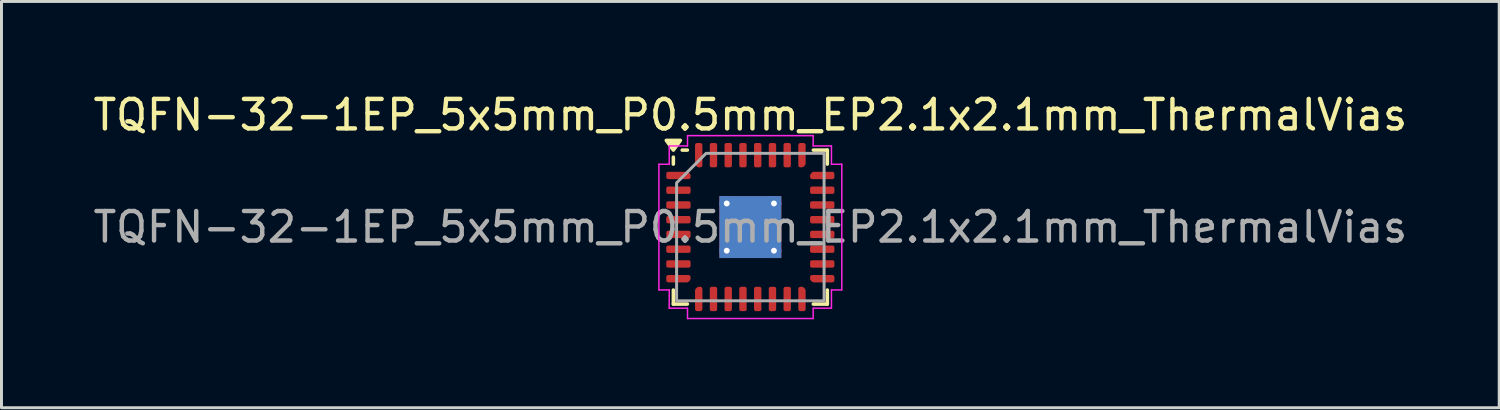
<source format=kicad_pcb>
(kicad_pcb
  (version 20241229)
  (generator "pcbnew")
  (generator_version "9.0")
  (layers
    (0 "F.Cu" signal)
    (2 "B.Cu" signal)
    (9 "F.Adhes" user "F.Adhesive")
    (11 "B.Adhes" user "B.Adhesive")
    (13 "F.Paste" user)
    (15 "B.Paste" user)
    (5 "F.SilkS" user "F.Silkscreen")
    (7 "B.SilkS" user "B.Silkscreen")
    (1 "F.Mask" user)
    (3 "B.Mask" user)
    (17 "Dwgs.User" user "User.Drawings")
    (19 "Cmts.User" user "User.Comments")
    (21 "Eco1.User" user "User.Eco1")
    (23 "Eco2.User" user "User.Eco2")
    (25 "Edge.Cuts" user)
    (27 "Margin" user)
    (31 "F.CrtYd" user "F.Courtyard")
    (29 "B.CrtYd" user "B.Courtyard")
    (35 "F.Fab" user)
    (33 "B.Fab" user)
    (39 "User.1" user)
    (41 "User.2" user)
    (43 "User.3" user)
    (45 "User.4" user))
  (footprint "TQFN-32-1EP_5x5mm_P0.5mm_EP2.1x2.1mm_ThermalVias"
    (layer "F.Cu")
    (at 22.387 4.648)
    (property "Reference" "TQFN-32-1EP_5x5mm_P0.5mm_EP2.1x2.1mm_ThermalVias" (at 0 -3.8 0) (layer "F.SilkS") (effects (font (size 1 1) (thickness 0.15))))
    (attr smd)
    (fp_line (start -2.61 -2.135) (end -2.61 -2.37) (stroke (width 0.12) (type solid)) (layer "F.SilkS"))
    (fp_line (start -2.61 2.61) (end -2.61 2.135) (stroke (width 0.12) (type solid)) (layer "F.SilkS"))
    (fp_line (start -2.135 -2.61) (end -2.31 -2.61) (stroke (width 0.12) (type solid)) (layer "F.SilkS"))
    (fp_line (start -2.135 2.61) (end -2.61 2.61) (stroke (width 0.12) (type solid)) (layer "F.SilkS"))
    (fp_line (start 2.135 -2.61) (end 2.61 -2.61) (stroke (width 0.12) (type solid)) (layer "F.SilkS"))
    (fp_line (start 2.135 2.61) (end 2.61 2.61) (stroke (width 0.12) (type solid)) (layer "F.SilkS"))
    (fp_line (start 2.61 -2.61) (end 2.61 -2.135) (stroke (width 0.12) (type solid)) (layer "F.SilkS"))
    (fp_line (start 2.61 2.61) (end 2.61 2.135) (stroke (width 0.12) (type solid)) (layer "F.SilkS"))
    (fp_poly (pts (xy -2.61 -2.61) (xy -2.85 -2.94) (xy -2.37 -2.94)) (stroke (width 0.12) (type solid)) (fill yes) (layer "F.SilkS"))
    (fp_line (start -3.1 -2.13) (end -2.75 -2.13) (stroke (width 0.05) (type solid)) (layer "F.CrtYd"))
    (fp_line (start -3.1 2.13) (end -3.1 -2.13) (stroke (width 0.05) (type solid)) (layer "F.CrtYd"))
    (fp_line (start -2.75 -2.75) (end -2.13 -2.75) (stroke (width 0.05) (type solid)) (layer "F.CrtYd"))
    (fp_line (start -2.75 -2.13) (end -2.75 -2.75) (stroke (width 0.05) (type solid)) (layer "F.CrtYd"))
    (fp_line (start -2.75 2.13) (end -3.1 2.13) (stroke (width 0.05) (type solid)) (layer "F.CrtYd"))
    (fp_line (start -2.75 2.75) (end -2.75 2.13) (stroke (width 0.05) (type solid)) (layer "F.CrtYd"))
    (fp_line (start -2.13 -3.1) (end 2.13 -3.1) (stroke (width 0.05) (type solid)) (layer "F.CrtYd"))
    (fp_line (start -2.13 -2.75) (end -2.13 -3.1) (stroke (width 0.05) (type solid)) (layer "F.CrtYd"))
    (fp_line (start -2.13 2.75) (end -2.75 2.75) (stroke (width 0.05) (type solid)) (layer "F.CrtYd"))
    (fp_line (start -2.13 3.1) (end -2.13 2.75) (stroke (width 0.05) (type solid)) (layer "F.CrtYd"))
    (fp_line (start 2.13 -3.1) (end 2.13 -2.75) (stroke (width 0.05) (type solid)) (layer "F.CrtYd"))
    (fp_line (start 2.13 -2.75) (end 2.75 -2.75) (stroke (width 0.05) (type solid)) (layer "F.CrtYd"))
    (fp_line (start 2.13 2.75) (end 2.13 3.1) (stroke (width 0.05) (type solid)) (layer "F.CrtYd"))
    (fp_line (start 2.13 3.1) (end -2.13 3.1) (stroke (width 0.05) (type solid)) (layer "F.CrtYd"))
    (fp_line (start 2.75 -2.75) (end 2.75 -2.13) (stroke (width 0.05) (type solid)) (layer "F.CrtYd"))
    (fp_line (start 2.75 -2.13) (end 3.1 -2.13) (stroke (width 0.05) (type solid)) (layer "F.CrtYd"))
    (fp_line (start 2.75 2.13) (end 2.75 2.75) (stroke (width 0.05) (type solid)) (layer "F.CrtYd"))
    (fp_line (start 2.75 2.75) (end 2.13 2.75) (stroke (width 0.05) (type solid)) (layer "F.CrtYd"))
    (fp_line (start 3.1 -2.13) (end 3.1 2.13) (stroke (width 0.05) (type solid)) (layer "F.CrtYd"))
    (fp_line (start 3.1 2.13) (end 2.75 2.13) (stroke (width 0.05) (type solid)) (layer "F.CrtYd"))
    (fp_poly (pts (xy -2.5 -1.5) (xy -2.5 2.5) (xy 2.5 2.5) (xy 2.5 -2.5) (xy -1.5 -2.5)) (stroke (width 0.1) (type solid)) (fill no) (layer "F.Fab"))
    (fp_text user "${REFERENCE}" (at 0 0 0) (layer "F.Fab") (effects (font (size 1 1) (thickness 0.15))))
    (pad "" smd roundrect (at -0.525 -0.525) (size 0.91 0.91) (layers "F.Paste") (roundrect_rratio 0.25))
    (pad "" smd roundrect (at -0.525 0.525) (size 0.91 0.91) (layers "F.Paste") (roundrect_rratio 0.25))
    (pad "" smd roundrect (at 0.525 -0.525) (size 0.91 0.91) (layers "F.Paste") (roundrect_rratio 0.25))
    (pad "" smd roundrect (at 0.525 0.525) (size 0.91 0.91) (layers "F.Paste") (roundrect_rratio 0.25))
    (pad "1" smd custom (at -2.438 -1.75) (size 0.186 0.186) (layers "F.Cu" "F.Mask" "F.Paste") (options (anchor circle)) (primitives (gr_poly (pts (xy -0.35 -0.062) (xy 0.297 -0.062) (xy 0.35 -0.009) (xy 0.35 0.062) (xy -0.35 0.062)) (width 0.125) (fill yes))))
    (pad "2" smd roundrect (at -2.438 -1.25) (size 0.825 0.25) (layers "F.Cu" "F.Mask" "F.Paste") (roundrect_rratio 0.25))
    (pad "3" smd roundrect (at -2.438 -0.75) (size 0.825 0.25) (layers "F.Cu" "F.Mask" "F.Paste") (roundrect_rratio 0.25))
    (pad "4" smd roundrect (at -2.438 -0.25) (size 0.825 0.25) (layers "F.Cu" "F.Mask" "F.Paste") (roundrect_rratio 0.25))
    (pad "5" smd roundrect (at -2.438 0.25) (size 0.825 0.25) (layers "F.Cu" "F.Mask" "F.Paste") (roundrect_rratio 0.25))
    (pad "6" smd roundrect (at -2.438 0.75) (size 0.825 0.25) (layers "F.Cu" "F.Mask" "F.Paste") (roundrect_rratio 0.25))
    (pad "7" smd roundrect (at -2.438 1.25) (size 0.825 0.25) (layers "F.Cu" "F.Mask" "F.Paste") (roundrect_rratio 0.25))
    (pad "8" smd custom (at -2.438 1.75) (size 0.186 0.186) (layers "F.Cu" "F.Mask" "F.Paste") (options (anchor circle)) (primitives (gr_poly (pts (xy -0.35 -0.062) (xy 0.35 -0.062) (xy 0.35 0.009) (xy 0.297 0.062) (xy -0.35 0.062)) (width 0.125) (fill yes))))
    (pad "9" smd custom (at -1.75 2.438) (size 0.186 0.186) (layers "F.Cu" "F.Mask" "F.Paste") (options (anchor circle)) (primitives (gr_poly (pts (xy -0.062 -0.297) (xy -0.009 -0.35) (xy 0.062 -0.35) (xy 0.062 0.35) (xy -0.062 0.35)) (width 0.125) (fill yes))))
    (pad "10" smd roundrect (at -1.25 2.438) (size 0.25 0.825) (layers "F.Cu" "F.Mask" "F.Paste") (roundrect_rratio 0.25))
    (pad "11" smd roundrect (at -0.75 2.438) (size 0.25 0.825) (layers "F.Cu" "F.Mask" "F.Paste") (roundrect_rratio 0.25))
    (pad "12" smd roundrect (at -0.25 2.438) (size 0.25 0.825) (layers "F.Cu" "F.Mask" "F.Paste") (roundrect_rratio 0.25))
    (pad "13" smd roundrect (at 0.25 2.438) (size 0.25 0.825) (layers "F.Cu" "F.Mask" "F.Paste") (roundrect_rratio 0.25))
    (pad "14" smd roundrect (at 0.75 2.438) (size 0.25 0.825) (layers "F.Cu" "F.Mask" "F.Paste") (roundrect_rratio 0.25))
    (pad "15" smd roundrect (at 1.25 2.438) (size 0.25 0.825) (layers "F.Cu" "F.Mask" "F.Paste") (roundrect_rratio 0.25))
    (pad "16" smd custom (at 1.75 2.438) (size 0.186 0.186) (layers "F.Cu" "F.Mask" "F.Paste") (options (anchor circle)) (primitives (gr_poly (pts (xy -0.062 -0.35) (xy 0.009 -0.35) (xy 0.062 -0.297) (xy 0.062 0.35) (xy -0.062 0.35)) (width 0.125) (fill yes))))
    (pad "17" smd custom (at 2.438 1.75) (size 0.186 0.186) (layers "F.Cu" "F.Mask" "F.Paste") (options (anchor circle)) (primitives (gr_poly (pts (xy -0.35 -0.062) (xy 0.35 -0.062) (xy 0.35 0.062) (xy -0.297 0.062) (xy -0.35 0.009)) (width 0.125) (fill yes))))
    (pad "18" smd roundrect (at 2.438 1.25) (size 0.825 0.25) (layers "F.Cu" "F.Mask" "F.Paste") (roundrect_rratio 0.25))
    (pad "19" smd roundrect (at 2.438 0.75) (size 0.825 0.25) (layers "F.Cu" "F.Mask" "F.Paste") (roundrect_rratio 0.25))
    (pad "20" smd roundrect (at 2.438 0.25) (size 0.825 0.25) (layers "F.Cu" "F.Mask" "F.Paste") (roundrect_rratio 0.25))
    (pad "21" smd roundrect (at 2.438 -0.25) (size 0.825 0.25) (layers "F.Cu" "F.Mask" "F.Paste") (roundrect_rratio 0.25))
    (pad "22" smd roundrect (at 2.438 -0.75) (size 0.825 0.25) (layers "F.Cu" "F.Mask" "F.Paste") (roundrect_rratio 0.25))
    (pad "23" smd roundrect (at 2.438 -1.25) (size 0.825 0.25) (layers "F.Cu" "F.Mask" "F.Paste") (roundrect_rratio 0.25))
    (pad "24" smd custom (at 2.438 -1.75) (size 0.186 0.186) (layers "F.Cu" "F.Mask" "F.Paste") (options (anchor circle)) (primitives (gr_poly (pts (xy -0.35 -0.009) (xy -0.297 -0.062) (xy 0.35 -0.062) (xy 0.35 0.062) (xy -0.35 0.062)) (width 0.125) (fill yes))))
    (pad "25" smd custom (at 1.75 -2.438) (size 0.186 0.186) (layers "F.Cu" "F.Mask" "F.Paste") (options (anchor circle)) (primitives (gr_poly (pts (xy -0.062 -0.35) (xy 0.062 -0.35) (xy 0.062 0.297) (xy 0.009 0.35) (xy -0.062 0.35)) (width 0.125) (fill yes))))
    (pad "26" smd roundrect (at 1.25 -2.438) (size 0.25 0.825) (layers "F.Cu" "F.Mask" "F.Paste") (roundrect_rratio 0.25))
    (pad "27" smd roundrect (at 0.75 -2.438) (size 0.25 0.825) (layers "F.Cu" "F.Mask" "F.Paste") (roundrect_rratio 0.25))
    (pad "28" smd roundrect (at 0.25 -2.438) (size 0.25 0.825) (layers "F.Cu" "F.Mask" "F.Paste") (roundrect_rratio 0.25))
    (pad "29" smd roundrect (at -0.25 -2.438) (size 0.25 0.825) (layers "F.Cu" "F.Mask" "F.Paste") (roundrect_rratio 0.25))
    (pad "30" smd roundrect (at -0.75 -2.438) (size 0.25 0.825) (layers "F.Cu" "F.Mask" "F.Paste") (roundrect_rratio 0.25))
    (pad "31" smd roundrect (at -1.25 -2.438) (size 0.25 0.825) (layers "F.Cu" "F.Mask" "F.Paste") (roundrect_rratio 0.25))
    (pad "32" smd custom (at -1.75 -2.438) (size 0.186 0.186) (layers "F.Cu" "F.Mask" "F.Paste") (options (anchor circle)) (primitives (gr_poly (pts (xy -0.062 -0.35) (xy 0.062 -0.35) (xy 0.062 0.35) (xy -0.009 0.35) (xy -0.062 0.297)) (width 0.125) (fill yes))))
    (pad "33" thru_hole circle (at -0.8 -0.8) (size 0.5 0.5) (drill 0.2) (property pad_prop_heatsink) (layers "*.Cu"))
    (pad "33" thru_hole circle (at -0.8 0.8) (size 0.5 0.5) (drill 0.2) (property pad_prop_heatsink) (layers "*.Cu"))
    (pad "33" smd rect (at 0 0) (size 2.1 2.1) (property pad_prop_heatsink) (layers "F.Cu" "F.Mask"))
    (pad "33" smd rect (at 0 0) (size 2.1 2.1) (property pad_prop_heatsink) (layers "B.Cu"))
    (pad "33" thru_hole circle (at 0.8 -0.8) (size 0.5 0.5) (drill 0.2) (property pad_prop_heatsink) (layers "*.Cu"))
    (pad "33" thru_hole circle (at 0.8 0.8) (size 0.5 0.5) (drill 0.2) (property pad_prop_heatsink) (layers "*.Cu")))
  (gr_rect
    (start -3 -3)
    (end 47.774 10.773)
    (stroke (width 0.1) (type default))
    (fill no)
    (layer "Edge.Cuts")))
</source>
